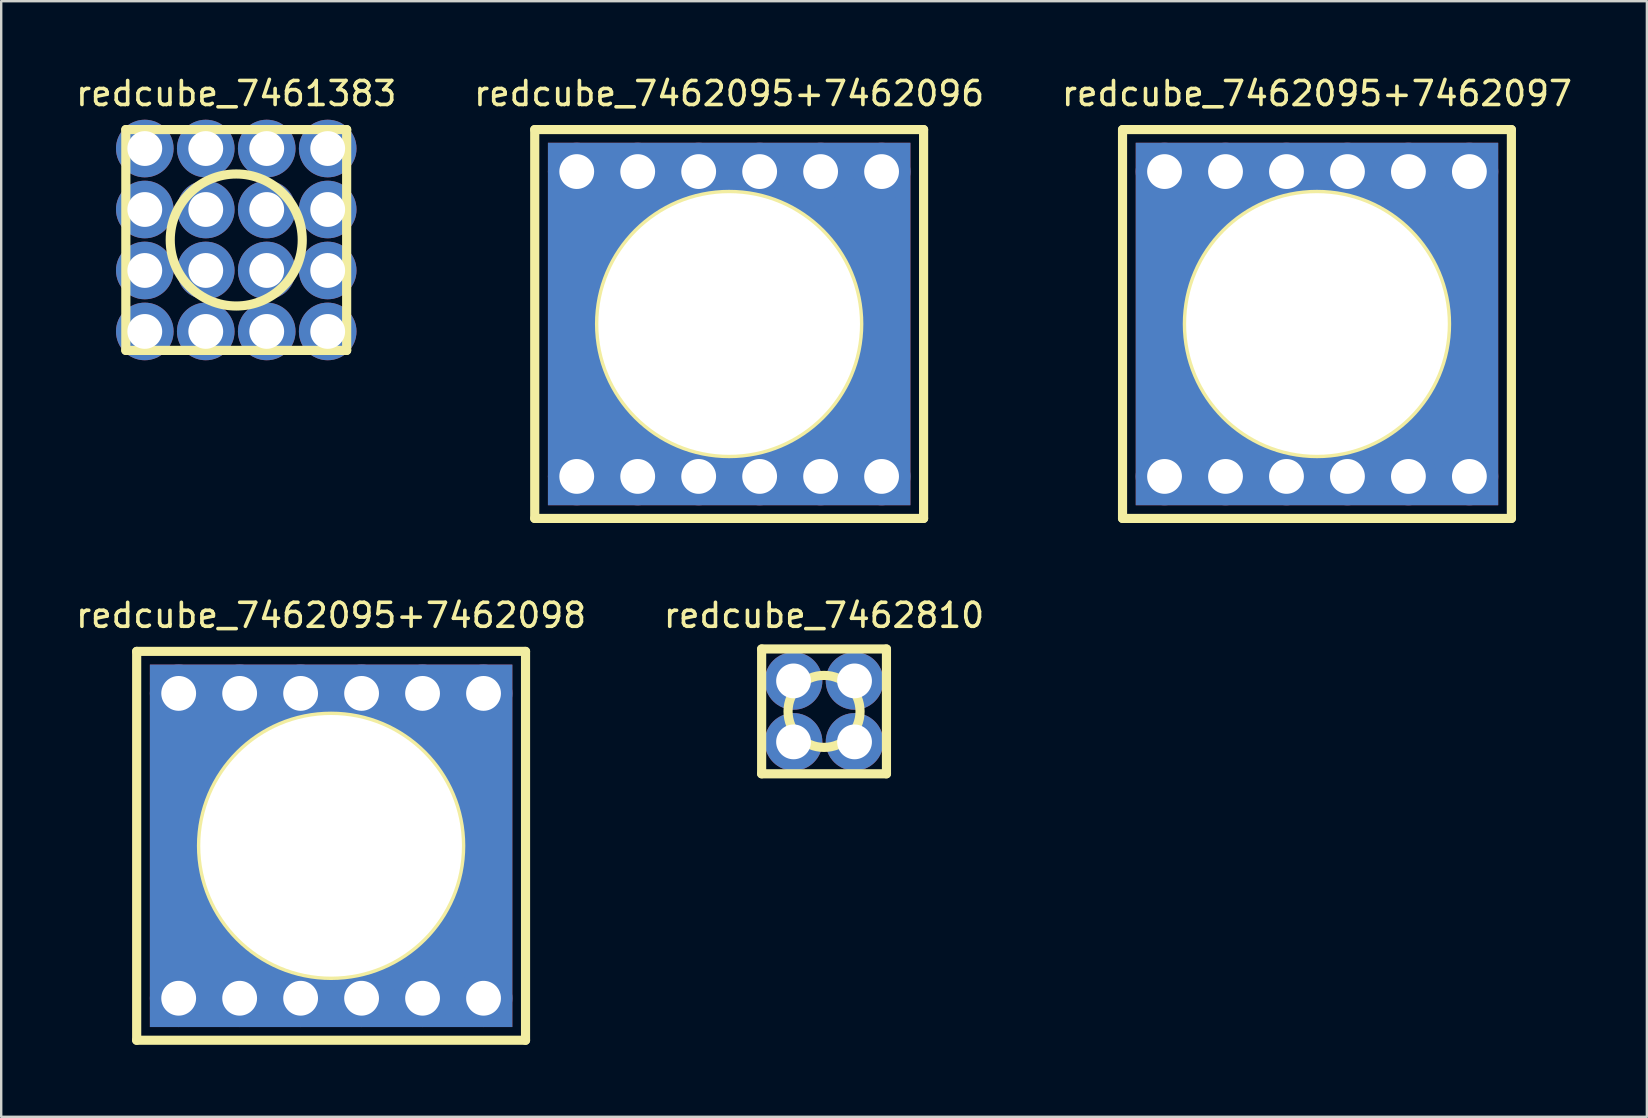
<source format=kicad_pcb>
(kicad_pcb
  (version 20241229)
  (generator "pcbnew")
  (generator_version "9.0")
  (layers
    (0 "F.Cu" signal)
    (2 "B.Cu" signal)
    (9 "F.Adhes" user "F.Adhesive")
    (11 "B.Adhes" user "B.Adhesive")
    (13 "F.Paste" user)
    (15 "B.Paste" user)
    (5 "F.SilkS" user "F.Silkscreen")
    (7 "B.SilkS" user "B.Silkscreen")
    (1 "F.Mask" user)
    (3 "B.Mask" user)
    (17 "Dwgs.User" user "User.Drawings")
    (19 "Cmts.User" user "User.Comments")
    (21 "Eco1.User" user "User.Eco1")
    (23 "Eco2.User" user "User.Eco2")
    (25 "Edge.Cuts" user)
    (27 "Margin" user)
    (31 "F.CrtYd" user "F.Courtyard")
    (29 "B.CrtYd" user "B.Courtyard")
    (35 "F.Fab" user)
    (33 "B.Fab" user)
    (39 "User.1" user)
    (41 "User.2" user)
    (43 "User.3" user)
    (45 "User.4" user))
  (footprint "redcube_7462810"
    (layer "F.Cu")
    (at 31.28 26.587)
    (property "Reference" "redcube_7462810" (at 0 -4 0) (layer "F.SilkS") (effects (font (size 1 1) (thickness 0.15))))
    (attr through_hole)
    (fp_line (start -2.6 -2.6) (end 2.6 -2.6) (stroke (width 0.381) (type solid)) (layer "F.SilkS"))
    (fp_line (start -2.6 2.6) (end -2.6 -2.6) (stroke (width 0.381) (type solid)) (layer "F.SilkS"))
    (fp_line (start 2.6 -2.6) (end 2.6 2.6) (stroke (width 0.381) (type solid)) (layer "F.SilkS"))
    (fp_line (start 2.6 2.6) (end -2.6 2.6) (stroke (width 0.381) (type solid)) (layer "F.SilkS"))
    (fp_circle (center 0 0) (end 1.5 0) (stroke (width 0.381) (type solid)) (fill no) (layer "F.SilkS"))
    (pad "1" thru_hole circle (at -1.27 -1.27) (size 2.4 2.4) (drill 1.45) (layers "*.Cu" "*.Mask"))
    (pad "1" thru_hole circle (at -1.27 1.27) (size 2.4 2.4) (drill 1.45) (layers "*.Cu" "*.Mask"))
    (pad "1" thru_hole circle (at 1.27 -1.27) (size 2.4 2.4) (drill 1.45) (layers "*.Cu" "*.Mask"))
    (pad "1" thru_hole circle (at 1.27 1.27) (size 2.4 2.4) (drill 1.45) (layers "*.Cu" "*.Mask")))
  (footprint "redcube_7462095+7462098"
    (layer "F.Cu")
    (at 10.744 32.187)
    (property "Reference" "redcube_7462095+7462098" (at 0 -9.6 0) (layer "F.SilkS") (effects (font (size 1 1) (thickness 0.15))))
    (attr through_hole)
    (fp_line (start -8.1 -8.1) (end 8.1 -8.1) (stroke (width 0.381) (type solid)) (layer "F.SilkS"))
    (fp_line (start -8.1 8.1) (end -8.1 -8.1) (stroke (width 0.381) (type solid)) (layer "F.SilkS"))
    (fp_line (start 8.1 -8.1) (end 8.1 8.1) (stroke (width 0.381) (type solid)) (layer "F.SilkS"))
    (fp_line (start 8.1 8.1) (end -8.1 8.1) (stroke (width 0.381) (type solid)) (layer "F.SilkS"))
    (fp_circle (center 0 0) (end 5.4 0) (stroke (width 0.381) (type solid)) (fill no) (layer "F.SilkS"))
    (pad "1" thru_hole circle (at -6.35 -6.35) (size 2.4 2.4) (drill 1.45) (layers "*.Cu" "*.Mask"))
    (pad "1" thru_hole circle (at -6.35 6.35) (size 2.4 2.4) (drill 1.45) (layers "*.Cu" "*.Mask"))
    (pad "1" thru_hole circle (at -3.81 -6.35) (size 2.4 2.4) (drill 1.45) (layers "*.Cu" "*.Mask"))
    (pad "1" thru_hole circle (at -3.81 6.35) (size 2.4 2.4) (drill 1.45) (layers "*.Cu" "*.Mask"))
    (pad "1" thru_hole circle (at -1.27 -6.35) (size 2.4 2.4) (drill 1.45) (layers "*.Cu" "*.Mask"))
    (pad "1" thru_hole circle (at -1.27 6.35) (size 2.4 2.4) (drill 1.45) (layers "*.Cu" "*.Mask"))
    (pad "1" thru_hole rect (at 0 0) (size 15.1 15.1) (drill 10.9) (layers "*.Cu" "*.Mask"))
    (pad "1" thru_hole circle (at 1.27 -6.35) (size 2.4 2.4) (drill 1.45) (layers "*.Cu" "*.Mask"))
    (pad "1" thru_hole circle (at 1.27 6.35) (size 2.4 2.4) (drill 1.45) (layers "*.Cu" "*.Mask"))
    (pad "1" thru_hole circle (at 3.81 -6.35) (size 2.4 2.4) (drill 1.45) (layers "*.Cu" "*.Mask"))
    (pad "1" thru_hole circle (at 3.81 6.35) (size 2.4 2.4) (drill 1.45) (layers "*.Cu" "*.Mask"))
    (pad "1" thru_hole circle (at 6.35 -6.35) (size 2.4 2.4) (drill 1.45) (layers "*.Cu" "*.Mask"))
    (pad "1" thru_hole circle (at 6.35 6.35) (size 2.4 2.4) (drill 1.45) (layers "*.Cu" "*.Mask")))
  (footprint "redcube_7462095+7462097"
    (layer "F.Cu")
    (at 51.815 10.448)
    (property "Reference" "redcube_7462095+7462097" (at 0 -9.6 0) (layer "F.SilkS") (effects (font (size 1 1) (thickness 0.15))))
    (attr through_hole)
    (fp_line (start -8.1 -8.1) (end 8.1 -8.1) (stroke (width 0.381) (type solid)) (layer "F.SilkS"))
    (fp_line (start -8.1 8.1) (end -8.1 -8.1) (stroke (width 0.381) (type solid)) (layer "F.SilkS"))
    (fp_line (start 8.1 -8.1) (end 8.1 8.1) (stroke (width 0.381) (type solid)) (layer "F.SilkS"))
    (fp_line (start 8.1 8.1) (end -8.1 8.1) (stroke (width 0.381) (type solid)) (layer "F.SilkS"))
    (fp_circle (center 0 0) (end 5.4 0) (stroke (width 0.381) (type solid)) (fill no) (layer "F.SilkS"))
    (pad "1" thru_hole circle (at -6.35 -6.35) (size 2.4 2.4) (drill 1.45) (layers "*.Cu" "*.Mask"))
    (pad "1" thru_hole circle (at -6.35 6.35) (size 2.4 2.4) (drill 1.45) (layers "*.Cu" "*.Mask"))
    (pad "1" thru_hole circle (at -3.81 -6.35) (size 2.4 2.4) (drill 1.45) (layers "*.Cu" "*.Mask"))
    (pad "1" thru_hole circle (at -3.81 6.35) (size 2.4 2.4) (drill 1.45) (layers "*.Cu" "*.Mask"))
    (pad "1" thru_hole circle (at -1.27 -6.35) (size 2.4 2.4) (drill 1.45) (layers "*.Cu" "*.Mask"))
    (pad "1" thru_hole circle (at -1.27 6.35) (size 2.4 2.4) (drill 1.45) (layers "*.Cu" "*.Mask"))
    (pad "1" thru_hole rect (at 0 0) (size 15.1 15.1) (drill 10.9) (layers "*.Cu" "*.Mask"))
    (pad "1" thru_hole circle (at 1.27 -6.35) (size 2.4 2.4) (drill 1.45) (layers "*.Cu" "*.Mask"))
    (pad "1" thru_hole circle (at 1.27 6.35) (size 2.4 2.4) (drill 1.45) (layers "*.Cu" "*.Mask"))
    (pad "1" thru_hole circle (at 3.81 -6.35) (size 2.4 2.4) (drill 1.45) (layers "*.Cu" "*.Mask"))
    (pad "1" thru_hole circle (at 3.81 6.35) (size 2.4 2.4) (drill 1.45) (layers "*.Cu" "*.Mask"))
    (pad "1" thru_hole circle (at 6.35 -6.35) (size 2.4 2.4) (drill 1.45) (layers "*.Cu" "*.Mask"))
    (pad "1" thru_hole circle (at 6.35 6.35) (size 2.4 2.4) (drill 1.45) (layers "*.Cu" "*.Mask")))
  (footprint "redcube_7462095+7462096"
    (layer "F.Cu")
    (at 27.327 10.448)
    (property "Reference" "redcube_7462095+7462096" (at 0 -9.6 0) (layer "F.SilkS") (effects (font (size 1 1) (thickness 0.15))))
    (attr through_hole)
    (fp_line (start -8.1 -8.1) (end 8.1 -8.1) (stroke (width 0.381) (type solid)) (layer "F.SilkS"))
    (fp_line (start -8.1 8.1) (end -8.1 -8.1) (stroke (width 0.381) (type solid)) (layer "F.SilkS"))
    (fp_line (start 8.1 -8.1) (end 8.1 8.1) (stroke (width 0.381) (type solid)) (layer "F.SilkS"))
    (fp_line (start 8.1 8.1) (end -8.1 8.1) (stroke (width 0.381) (type solid)) (layer "F.SilkS"))
    (fp_circle (center 0 0) (end 5.4 0) (stroke (width 0.381) (type solid)) (fill no) (layer "F.SilkS"))
    (pad "1" thru_hole circle (at -6.35 -6.35) (size 2.4 2.4) (drill 1.45) (layers "*.Cu" "*.Mask"))
    (pad "1" thru_hole circle (at -6.35 6.35) (size 2.4 2.4) (drill 1.45) (layers "*.Cu" "*.Mask"))
    (pad "1" thru_hole circle (at -3.81 -6.35) (size 2.4 2.4) (drill 1.45) (layers "*.Cu" "*.Mask"))
    (pad "1" thru_hole circle (at -3.81 6.35) (size 2.4 2.4) (drill 1.45) (layers "*.Cu" "*.Mask"))
    (pad "1" thru_hole circle (at -1.27 -6.35) (size 2.4 2.4) (drill 1.45) (layers "*.Cu" "*.Mask"))
    (pad "1" thru_hole circle (at -1.27 6.35) (size 2.4 2.4) (drill 1.45) (layers "*.Cu" "*.Mask"))
    (pad "1" thru_hole rect (at 0 0) (size 15.1 15.1) (drill 10.9) (layers "*.Cu" "*.Mask"))
    (pad "1" thru_hole circle (at 1.27 -6.35) (size 2.4 2.4) (drill 1.45) (layers "*.Cu" "*.Mask"))
    (pad "1" thru_hole circle (at 1.27 6.35) (size 2.4 2.4) (drill 1.45) (layers "*.Cu" "*.Mask"))
    (pad "1" thru_hole circle (at 3.81 -6.35) (size 2.4 2.4) (drill 1.45) (layers "*.Cu" "*.Mask"))
    (pad "1" thru_hole circle (at 3.81 6.35) (size 2.4 2.4) (drill 1.45) (layers "*.Cu" "*.Mask"))
    (pad "1" thru_hole circle (at 6.35 -6.35) (size 2.4 2.4) (drill 1.45) (layers "*.Cu" "*.Mask"))
    (pad "1" thru_hole circle (at 6.35 6.35) (size 2.4 2.4) (drill 1.45) (layers "*.Cu" "*.Mask")))
  (footprint "redcube_7461383"
    (layer "F.Cu")
    (at 6.792 6.948)
    (property "Reference" "redcube_7461383" (at 0 -6.1 0) (layer "F.SilkS") (effects (font (size 1 1) (thickness 0.15))))
    (attr through_hole)
    (fp_line (start -4.6 -4.6) (end 4.6 -4.6) (stroke (width 0.381) (type solid)) (layer "F.SilkS"))
    (fp_line (start -4.6 4.6) (end -4.6 -4.6) (stroke (width 0.381) (type solid)) (layer "F.SilkS"))
    (fp_line (start 4.6 -4.6) (end 4.6 4.6) (stroke (width 0.381) (type solid)) (layer "F.SilkS"))
    (fp_line (start 4.6 4.6) (end -4.6 4.6) (stroke (width 0.381) (type solid)) (layer "F.SilkS"))
    (fp_circle (center 0 0) (end 2.75 0) (stroke (width 0.381) (type solid)) (fill no) (layer "F.SilkS"))
    (pad "1" thru_hole circle (at -3.81 -3.81) (size 2.4 2.4) (drill 1.45) (layers "*.Cu" "*.Mask"))
    (pad "1" thru_hole circle (at -3.81 -1.27) (size 2.4 2.4) (drill 1.45) (layers "*.Cu" "*.Mask"))
    (pad "1" thru_hole circle (at -3.81 1.27) (size 2.4 2.4) (drill 1.45) (layers "*.Cu" "*.Mask"))
    (pad "1" thru_hole circle (at -3.81 3.81) (size 2.4 2.4) (drill 1.45) (layers "*.Cu" "*.Mask"))
    (pad "1" thru_hole circle (at -1.27 -3.81) (size 2.4 2.4) (drill 1.45) (layers "*.Cu" "*.Mask"))
    (pad "1" thru_hole circle (at -1.27 -1.27) (size 2.4 2.4) (drill 1.45) (layers "*.Cu" "*.Mask"))
    (pad "1" thru_hole circle (at -1.27 1.27) (size 2.4 2.4) (drill 1.45) (layers "*.Cu" "*.Mask"))
    (pad "1" thru_hole circle (at -1.27 3.81) (size 2.4 2.4) (drill 1.45) (layers "*.Cu" "*.Mask"))
    (pad "1" thru_hole circle (at 1.27 -3.81) (size 2.4 2.4) (drill 1.45) (layers "*.Cu" "*.Mask"))
    (pad "1" thru_hole circle (at 1.27 -1.27) (size 2.4 2.4) (drill 1.45) (layers "*.Cu" "*.Mask"))
    (pad "1" thru_hole circle (at 1.27 1.27) (size 2.4 2.4) (drill 1.45) (layers "*.Cu" "*.Mask"))
    (pad "1" thru_hole circle (at 1.27 3.81) (size 2.4 2.4) (drill 1.45) (layers "*.Cu" "*.Mask"))
    (pad "1" thru_hole circle (at 3.81 -3.81) (size 2.4 2.4) (drill 1.45) (layers "*.Cu" "*.Mask"))
    (pad "1" thru_hole circle (at 3.81 -1.27) (size 2.4 2.4) (drill 1.45) (layers "*.Cu" "*.Mask"))
    (pad "1" thru_hole circle (at 3.81 1.27) (size 2.4 2.4) (drill 1.45) (layers "*.Cu" "*.Mask"))
    (pad "1" thru_hole circle (at 3.81 3.81) (size 2.4 2.4) (drill 1.45) (layers "*.Cu" "*.Mask")))
  (gr_rect
    (start -3 -3)
    (end 65.56 43.477)
    (stroke (width 0.1) (type default))
    (fill no)
    (layer "Edge.Cuts")))
</source>
